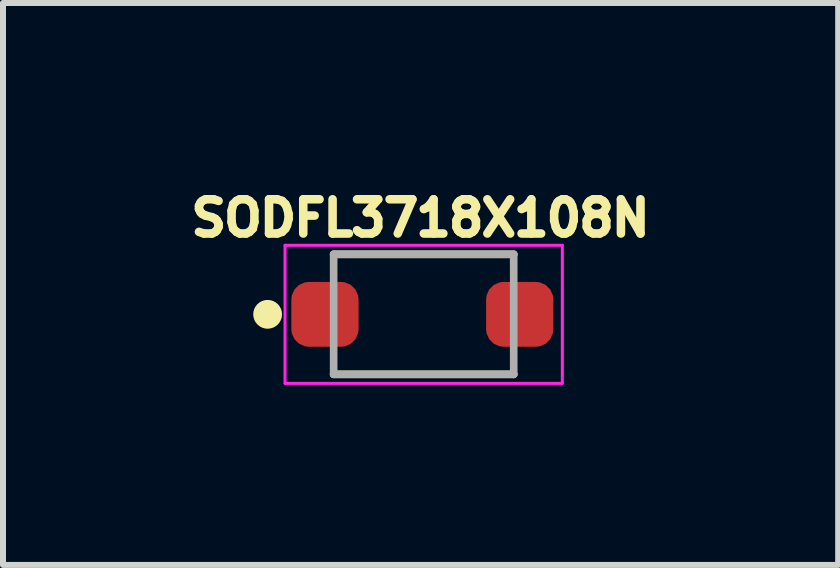
<source format=kicad_pcb>
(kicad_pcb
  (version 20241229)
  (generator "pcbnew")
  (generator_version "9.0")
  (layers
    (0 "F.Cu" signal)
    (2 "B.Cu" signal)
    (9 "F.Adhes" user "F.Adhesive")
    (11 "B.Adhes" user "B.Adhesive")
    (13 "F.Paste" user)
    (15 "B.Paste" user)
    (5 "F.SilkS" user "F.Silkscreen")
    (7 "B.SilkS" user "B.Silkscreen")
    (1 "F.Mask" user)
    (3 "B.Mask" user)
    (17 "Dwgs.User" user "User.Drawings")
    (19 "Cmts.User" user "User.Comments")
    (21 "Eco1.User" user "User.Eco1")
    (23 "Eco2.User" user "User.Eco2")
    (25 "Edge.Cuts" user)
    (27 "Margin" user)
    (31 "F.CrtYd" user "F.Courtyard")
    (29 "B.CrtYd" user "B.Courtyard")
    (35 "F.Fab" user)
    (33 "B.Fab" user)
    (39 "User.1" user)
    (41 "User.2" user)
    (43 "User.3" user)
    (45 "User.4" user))
  (footprint "SODFL3718X108N"
    (layer "F.Cu")
    (at 4.009 2.187)
    (property "Reference" "SODFL3718X108N" (at -0.052 -1.603 0) (layer "F.SilkS") (effects (font (size 0.57 0.57) (thickness 0.15))))
    (attr smd)
    (fp_line (start -1.5 -1) (end 1.5 -1) (stroke (width 0.127) (type solid)) (layer "F.SilkS"))
    (fp_line (start 1.5 1) (end -1.5 1) (stroke (width 0.127) (type solid)) (layer "F.SilkS"))
    (fp_circle (center -2.6 0) (end -2.48 0) (stroke (width 0.24) (type solid)) (fill no) (layer "F.SilkS"))
    (fp_line (start -2.31 -1.15) (end -2.31 1.15) (stroke (width 0.05) (type solid)) (layer "F.CrtYd"))
    (fp_line (start -2.31 1.15) (end 2.31 1.15) (stroke (width 0.05) (type solid)) (layer "F.CrtYd"))
    (fp_line (start 2.31 -1.15) (end -2.31 -1.15) (stroke (width 0.05) (type solid)) (layer "F.CrtYd"))
    (fp_line (start 2.31 1.15) (end 2.31 -1.15) (stroke (width 0.05) (type solid)) (layer "F.CrtYd"))
    (fp_line (start -1.5 -1) (end 1.5 -1) (stroke (width 0.127) (type solid)) (layer "F.Fab"))
    (fp_line (start -1.5 1) (end -1.5 -1) (stroke (width 0.127) (type solid)) (layer "F.Fab"))
    (fp_line (start 1.5 -1) (end 1.5 1) (stroke (width 0.127) (type solid)) (layer "F.Fab"))
    (fp_line (start 1.5 1) (end -1.5 1) (stroke (width 0.127) (type solid)) (layer "F.Fab"))
    (pad "A" smd roundrect (at 1.6 0) (size 1.12 1.08) (layers "F.Cu" "F.Mask" "F.Paste") (roundrect_rratio 0.27))
    (pad "C" smd roundrect (at -1.645 0) (size 1.12 1.08) (layers "F.Cu" "F.Mask" "F.Paste") (roundrect_rratio 0.27)))
  (gr_rect
    (start -3 -3)
    (end 10.915 6.362)
    (stroke (width 0.1) (type default))
    (fill no)
    (layer "Edge.Cuts")))
</source>
